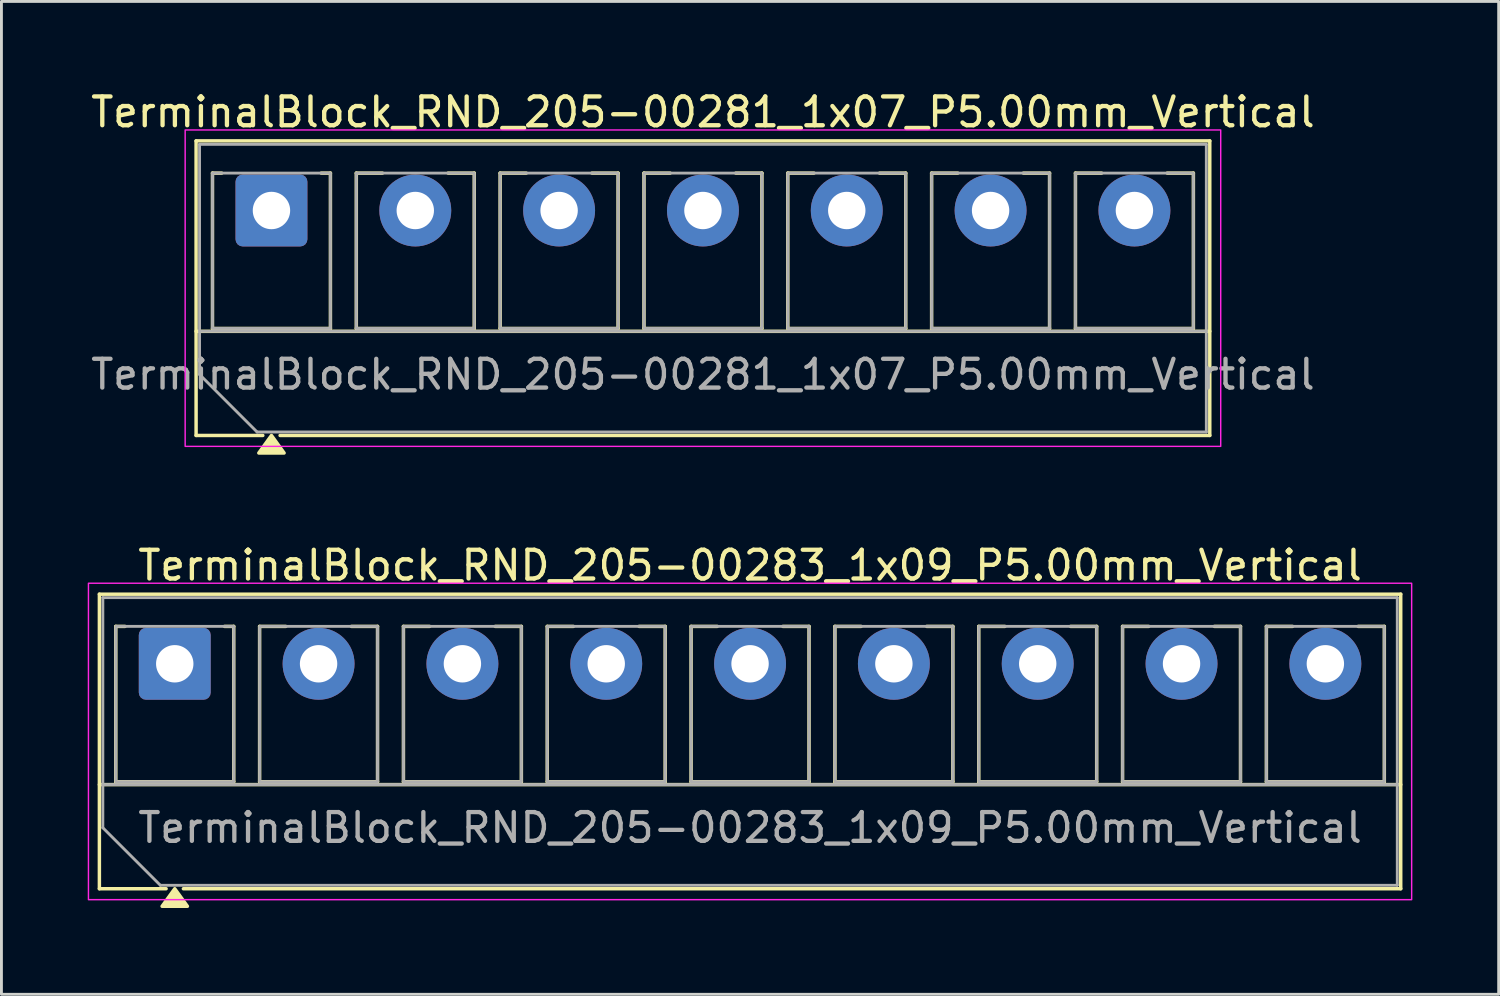
<source format=kicad_pcb>
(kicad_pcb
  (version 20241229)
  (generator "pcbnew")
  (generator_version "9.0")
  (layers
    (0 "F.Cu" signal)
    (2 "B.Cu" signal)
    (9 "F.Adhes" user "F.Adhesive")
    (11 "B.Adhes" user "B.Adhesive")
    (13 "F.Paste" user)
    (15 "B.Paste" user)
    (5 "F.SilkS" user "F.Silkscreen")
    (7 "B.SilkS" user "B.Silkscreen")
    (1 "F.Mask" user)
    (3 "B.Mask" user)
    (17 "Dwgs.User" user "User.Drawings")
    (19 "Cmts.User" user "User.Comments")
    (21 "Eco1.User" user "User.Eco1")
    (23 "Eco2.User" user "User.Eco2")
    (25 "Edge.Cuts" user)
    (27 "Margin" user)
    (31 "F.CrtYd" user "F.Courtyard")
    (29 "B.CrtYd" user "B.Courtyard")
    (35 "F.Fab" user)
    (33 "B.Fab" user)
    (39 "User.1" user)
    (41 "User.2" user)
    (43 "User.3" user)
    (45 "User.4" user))
  (footprint "TerminalBlock_RND_205-00283_1x09_P5.00mm_Vertical"
    (layer "F.Cu")
    (at 3.025 20.026)
    (property "Reference" "TerminalBlock_RND_205-00283_1x09_P5.00mm_Vertical" (at 20 -3.42 0) (layer "F.SilkS") (effects (font (size 1 1) (thickness 0.15))))
    (attr through_hole)
    (fp_line (start -2.62 -2.42) (end 42.62 -2.42) (stroke (width 0.12) (type solid)) (layer "F.SilkS"))
    (fp_line (start -2.62 4.2) (end 42.62 4.2) (stroke (width 0.12) (type solid)) (layer "F.SilkS"))
    (fp_line (start -2.62 7.82) (end -2.62 -2.42) (stroke (width 0.12) (type solid)) (layer "F.SilkS"))
    (fp_line (start -2.05 -1.3) (end -1.73 -1.3) (stroke (width 0.12) (type solid)) (layer "F.SilkS"))
    (fp_line (start -2.05 4.1) (end -2.05 -1.3) (stroke (width 0.12) (type solid)) (layer "F.SilkS"))
    (fp_line (start -0.3 7.82) (end -2.62 7.82) (stroke (width 0.12) (type solid)) (layer "F.SilkS"))
    (fp_line (start 1.73 -1.3) (end 2.05 -1.3) (stroke (width 0.12) (type solid)) (layer "F.SilkS"))
    (fp_line (start 2.05 -1.3) (end 2.05 4.1) (stroke (width 0.12) (type solid)) (layer "F.SilkS"))
    (fp_line (start 2.05 4.1) (end -2.05 4.1) (stroke (width 0.12) (type solid)) (layer "F.SilkS"))
    (fp_line (start 2.95 -1.3) (end 3.859 -1.3) (stroke (width 0.12) (type solid)) (layer "F.SilkS"))
    (fp_line (start 2.95 4.1) (end 2.95 -1.3) (stroke (width 0.12) (type solid)) (layer "F.SilkS"))
    (fp_line (start 6.141 -1.3) (end 7.05 -1.3) (stroke (width 0.12) (type solid)) (layer "F.SilkS"))
    (fp_line (start 7.05 -1.3) (end 7.05 4.1) (stroke (width 0.12) (type solid)) (layer "F.SilkS"))
    (fp_line (start 7.05 4.1) (end 2.95 4.1) (stroke (width 0.12) (type solid)) (layer "F.SilkS"))
    (fp_line (start 7.95 -1.3) (end 8.859 -1.3) (stroke (width 0.12) (type solid)) (layer "F.SilkS"))
    (fp_line (start 7.95 4.1) (end 7.95 -1.3) (stroke (width 0.12) (type solid)) (layer "F.SilkS"))
    (fp_line (start 11.141 -1.3) (end 12.05 -1.3) (stroke (width 0.12) (type solid)) (layer "F.SilkS"))
    (fp_line (start 12.05 -1.3) (end 12.05 4.1) (stroke (width 0.12) (type solid)) (layer "F.SilkS"))
    (fp_line (start 12.05 4.1) (end 7.95 4.1) (stroke (width 0.12) (type solid)) (layer "F.SilkS"))
    (fp_line (start 12.95 -1.3) (end 13.859 -1.3) (stroke (width 0.12) (type solid)) (layer "F.SilkS"))
    (fp_line (start 12.95 4.1) (end 12.95 -1.3) (stroke (width 0.12) (type solid)) (layer "F.SilkS"))
    (fp_line (start 16.141 -1.3) (end 17.05 -1.3) (stroke (width 0.12) (type solid)) (layer "F.SilkS"))
    (fp_line (start 17.05 -1.3) (end 17.05 4.1) (stroke (width 0.12) (type solid)) (layer "F.SilkS"))
    (fp_line (start 17.05 4.1) (end 12.95 4.1) (stroke (width 0.12) (type solid)) (layer "F.SilkS"))
    (fp_line (start 17.95 -1.3) (end 18.859 -1.3) (stroke (width 0.12) (type solid)) (layer "F.SilkS"))
    (fp_line (start 17.95 4.1) (end 17.95 -1.3) (stroke (width 0.12) (type solid)) (layer "F.SilkS"))
    (fp_line (start 21.141 -1.3) (end 22.05 -1.3) (stroke (width 0.12) (type solid)) (layer "F.SilkS"))
    (fp_line (start 22.05 -1.3) (end 22.05 4.1) (stroke (width 0.12) (type solid)) (layer "F.SilkS"))
    (fp_line (start 22.05 4.1) (end 17.95 4.1) (stroke (width 0.12) (type solid)) (layer "F.SilkS"))
    (fp_line (start 22.95 -1.3) (end 23.859 -1.3) (stroke (width 0.12) (type solid)) (layer "F.SilkS"))
    (fp_line (start 22.95 4.1) (end 22.95 -1.3) (stroke (width 0.12) (type solid)) (layer "F.SilkS"))
    (fp_line (start 26.141 -1.3) (end 27.05 -1.3) (stroke (width 0.12) (type solid)) (layer "F.SilkS"))
    (fp_line (start 27.05 -1.3) (end 27.05 4.1) (stroke (width 0.12) (type solid)) (layer "F.SilkS"))
    (fp_line (start 27.05 4.1) (end 22.95 4.1) (stroke (width 0.12) (type solid)) (layer "F.SilkS"))
    (fp_line (start 27.95 -1.3) (end 28.859 -1.3) (stroke (width 0.12) (type solid)) (layer "F.SilkS"))
    (fp_line (start 27.95 4.1) (end 27.95 -1.3) (stroke (width 0.12) (type solid)) (layer "F.SilkS"))
    (fp_line (start 31.141 -1.3) (end 32.05 -1.3) (stroke (width 0.12) (type solid)) (layer "F.SilkS"))
    (fp_line (start 32.05 -1.3) (end 32.05 4.1) (stroke (width 0.12) (type solid)) (layer "F.SilkS"))
    (fp_line (start 32.05 4.1) (end 27.95 4.1) (stroke (width 0.12) (type solid)) (layer "F.SilkS"))
    (fp_line (start 32.95 -1.3) (end 33.859 -1.3) (stroke (width 0.12) (type solid)) (layer "F.SilkS"))
    (fp_line (start 32.95 4.1) (end 32.95 -1.3) (stroke (width 0.12) (type solid)) (layer "F.SilkS"))
    (fp_line (start 36.141 -1.3) (end 37.05 -1.3) (stroke (width 0.12) (type solid)) (layer "F.SilkS"))
    (fp_line (start 37.05 -1.3) (end 37.05 4.1) (stroke (width 0.12) (type solid)) (layer "F.SilkS"))
    (fp_line (start 37.05 4.1) (end 32.95 4.1) (stroke (width 0.12) (type solid)) (layer "F.SilkS"))
    (fp_line (start 37.95 -1.3) (end 38.859 -1.3) (stroke (width 0.12) (type solid)) (layer "F.SilkS"))
    (fp_line (start 37.95 4.1) (end 37.95 -1.3) (stroke (width 0.12) (type solid)) (layer "F.SilkS"))
    (fp_line (start 41.141 -1.3) (end 42.05 -1.3) (stroke (width 0.12) (type solid)) (layer "F.SilkS"))
    (fp_line (start 42.05 -1.3) (end 42.05 4.1) (stroke (width 0.12) (type solid)) (layer "F.SilkS"))
    (fp_line (start 42.05 4.1) (end 37.95 4.1) (stroke (width 0.12) (type solid)) (layer "F.SilkS"))
    (fp_line (start 42.62 -2.42) (end 42.62 7.82) (stroke (width 0.12) (type solid)) (layer "F.SilkS"))
    (fp_line (start 42.62 7.82) (end 0.3 7.82) (stroke (width 0.12) (type solid)) (layer "F.SilkS"))
    (fp_poly (pts (xy 0 7.82) (xy 0.44 8.43) (xy -0.44 8.43)) (stroke (width 0.12) (type solid)) (fill yes) (layer "F.SilkS"))
    (fp_rect (start -3 -2.8) (end 43 8.2) (stroke (width 0.05) (type solid)) (fill no) (layer "F.CrtYd"))
    (fp_line (start -2.5 -2.3) (end 42.5 -2.3) (stroke (width 0.1) (type solid)) (layer "F.Fab"))
    (fp_line (start -2.5 4.2) (end 42.5 4.2) (stroke (width 0.1) (type solid)) (layer "F.Fab"))
    (fp_line (start -2.5 5.7) (end -2.5 -2.3) (stroke (width 0.1) (type solid)) (layer "F.Fab"))
    (fp_line (start -0.5 7.7) (end -2.5 5.7) (stroke (width 0.1) (type solid)) (layer "F.Fab"))
    (fp_line (start 42.5 -2.3) (end 42.5 7.7) (stroke (width 0.1) (type solid)) (layer "F.Fab"))
    (fp_line (start 42.5 7.7) (end -0.5 7.7) (stroke (width 0.1) (type solid)) (layer "F.Fab"))
    (fp_rect (start -2.05 -1.3) (end 2.05 4.1) (stroke (width 0.1) (type solid)) (fill no) (layer "F.Fab"))
    (fp_rect (start 2.95 -1.3) (end 7.05 4.1) (stroke (width 0.1) (type solid)) (fill no) (layer "F.Fab"))
    (fp_rect (start 7.95 -1.3) (end 12.05 4.1) (stroke (width 0.1) (type solid)) (fill no) (layer "F.Fab"))
    (fp_rect (start 12.95 -1.3) (end 17.05 4.1) (stroke (width 0.1) (type solid)) (fill no) (layer "F.Fab"))
    (fp_rect (start 17.95 -1.3) (end 22.05 4.1) (stroke (width 0.1) (type solid)) (fill no) (layer "F.Fab"))
    (fp_rect (start 22.95 -1.3) (end 27.05 4.1) (stroke (width 0.1) (type solid)) (fill no) (layer "F.Fab"))
    (fp_rect (start 27.95 -1.3) (end 32.05 4.1) (stroke (width 0.1) (type solid)) (fill no) (layer "F.Fab"))
    (fp_rect (start 32.95 -1.3) (end 37.05 4.1) (stroke (width 0.1) (type solid)) (fill no) (layer "F.Fab"))
    (fp_rect (start 37.95 -1.3) (end 42.05 4.1) (stroke (width 0.1) (type solid)) (fill no) (layer "F.Fab"))
    (fp_text user "${REFERENCE}" (at 20 5.7 0) (layer "F.Fab") (effects (font (size 1 1) (thickness 0.15))))
    (pad "1" thru_hole roundrect (at 0 0) (size 2.5 2.5) (drill 1.3) (layers "*.Cu" "*.Mask") (roundrect_rratio 0.1))
    (pad "2" thru_hole circle (at 5 0) (size 2.5 2.5) (drill 1.3) (layers "*.Cu" "*.Mask"))
    (pad "3" thru_hole circle (at 10 0) (size 2.5 2.5) (drill 1.3) (layers "*.Cu" "*.Mask"))
    (pad "4" thru_hole circle (at 15 0) (size 2.5 2.5) (drill 1.3) (layers "*.Cu" "*.Mask"))
    (pad "5" thru_hole circle (at 20 0) (size 2.5 2.5) (drill 1.3) (layers "*.Cu" "*.Mask"))
    (pad "6" thru_hole circle (at 25 0) (size 2.5 2.5) (drill 1.3) (layers "*.Cu" "*.Mask"))
    (pad "7" thru_hole circle (at 30 0) (size 2.5 2.5) (drill 1.3) (layers "*.Cu" "*.Mask"))
    (pad "8" thru_hole circle (at 35 0) (size 2.5 2.5) (drill 1.3) (layers "*.Cu" "*.Mask"))
    (pad "9" thru_hole circle (at 40 0) (size 2.5 2.5) (drill 1.3) (layers "*.Cu" "*.Mask")))
  (footprint "TerminalBlock_RND_205-00281_1x07_P5.00mm_Vertical"
    (layer "F.Cu")
    (at 6.387 4.268)
    (property "Reference" "TerminalBlock_RND_205-00281_1x07_P5.00mm_Vertical" (at 15 -3.42 0) (layer "F.SilkS") (effects (font (size 1 1) (thickness 0.15))))
    (attr through_hole)
    (fp_line (start -2.62 -2.42) (end 32.62 -2.42) (stroke (width 0.12) (type solid)) (layer "F.SilkS"))
    (fp_line (start -2.62 4.2) (end 32.62 4.2) (stroke (width 0.12) (type solid)) (layer "F.SilkS"))
    (fp_line (start -2.62 7.82) (end -2.62 -2.42) (stroke (width 0.12) (type solid)) (layer "F.SilkS"))
    (fp_line (start -2.05 -1.3) (end -1.73 -1.3) (stroke (width 0.12) (type solid)) (layer "F.SilkS"))
    (fp_line (start -2.05 4.1) (end -2.05 -1.3) (stroke (width 0.12) (type solid)) (layer "F.SilkS"))
    (fp_line (start -0.3 7.82) (end -2.62 7.82) (stroke (width 0.12) (type solid)) (layer "F.SilkS"))
    (fp_line (start 1.73 -1.3) (end 2.05 -1.3) (stroke (width 0.12) (type solid)) (layer "F.SilkS"))
    (fp_line (start 2.05 -1.3) (end 2.05 4.1) (stroke (width 0.12) (type solid)) (layer "F.SilkS"))
    (fp_line (start 2.05 4.1) (end -2.05 4.1) (stroke (width 0.12) (type solid)) (layer "F.SilkS"))
    (fp_line (start 2.95 -1.3) (end 3.859 -1.3) (stroke (width 0.12) (type solid)) (layer "F.SilkS"))
    (fp_line (start 2.95 4.1) (end 2.95 -1.3) (stroke (width 0.12) (type solid)) (layer "F.SilkS"))
    (fp_line (start 6.141 -1.3) (end 7.05 -1.3) (stroke (width 0.12) (type solid)) (layer "F.SilkS"))
    (fp_line (start 7.05 -1.3) (end 7.05 4.1) (stroke (width 0.12) (type solid)) (layer "F.SilkS"))
    (fp_line (start 7.05 4.1) (end 2.95 4.1) (stroke (width 0.12) (type solid)) (layer "F.SilkS"))
    (fp_line (start 7.95 -1.3) (end 8.859 -1.3) (stroke (width 0.12) (type solid)) (layer "F.SilkS"))
    (fp_line (start 7.95 4.1) (end 7.95 -1.3) (stroke (width 0.12) (type solid)) (layer "F.SilkS"))
    (fp_line (start 11.141 -1.3) (end 12.05 -1.3) (stroke (width 0.12) (type solid)) (layer "F.SilkS"))
    (fp_line (start 12.05 -1.3) (end 12.05 4.1) (stroke (width 0.12) (type solid)) (layer "F.SilkS"))
    (fp_line (start 12.05 4.1) (end 7.95 4.1) (stroke (width 0.12) (type solid)) (layer "F.SilkS"))
    (fp_line (start 12.95 -1.3) (end 13.859 -1.3) (stroke (width 0.12) (type solid)) (layer "F.SilkS"))
    (fp_line (start 12.95 4.1) (end 12.95 -1.3) (stroke (width 0.12) (type solid)) (layer "F.SilkS"))
    (fp_line (start 16.141 -1.3) (end 17.05 -1.3) (stroke (width 0.12) (type solid)) (layer "F.SilkS"))
    (fp_line (start 17.05 -1.3) (end 17.05 4.1) (stroke (width 0.12) (type solid)) (layer "F.SilkS"))
    (fp_line (start 17.05 4.1) (end 12.95 4.1) (stroke (width 0.12) (type solid)) (layer "F.SilkS"))
    (fp_line (start 17.95 -1.3) (end 18.859 -1.3) (stroke (width 0.12) (type solid)) (layer "F.SilkS"))
    (fp_line (start 17.95 4.1) (end 17.95 -1.3) (stroke (width 0.12) (type solid)) (layer "F.SilkS"))
    (fp_line (start 21.141 -1.3) (end 22.05 -1.3) (stroke (width 0.12) (type solid)) (layer "F.SilkS"))
    (fp_line (start 22.05 -1.3) (end 22.05 4.1) (stroke (width 0.12) (type solid)) (layer "F.SilkS"))
    (fp_line (start 22.05 4.1) (end 17.95 4.1) (stroke (width 0.12) (type solid)) (layer "F.SilkS"))
    (fp_line (start 22.95 -1.3) (end 23.859 -1.3) (stroke (width 0.12) (type solid)) (layer "F.SilkS"))
    (fp_line (start 22.95 4.1) (end 22.95 -1.3) (stroke (width 0.12) (type solid)) (layer "F.SilkS"))
    (fp_line (start 26.141 -1.3) (end 27.05 -1.3) (stroke (width 0.12) (type solid)) (layer "F.SilkS"))
    (fp_line (start 27.05 -1.3) (end 27.05 4.1) (stroke (width 0.12) (type solid)) (layer "F.SilkS"))
    (fp_line (start 27.05 4.1) (end 22.95 4.1) (stroke (width 0.12) (type solid)) (layer "F.SilkS"))
    (fp_line (start 27.95 -1.3) (end 28.859 -1.3) (stroke (width 0.12) (type solid)) (layer "F.SilkS"))
    (fp_line (start 27.95 4.1) (end 27.95 -1.3) (stroke (width 0.12) (type solid)) (layer "F.SilkS"))
    (fp_line (start 31.141 -1.3) (end 32.05 -1.3) (stroke (width 0.12) (type solid)) (layer "F.SilkS"))
    (fp_line (start 32.05 -1.3) (end 32.05 4.1) (stroke (width 0.12) (type solid)) (layer "F.SilkS"))
    (fp_line (start 32.05 4.1) (end 27.95 4.1) (stroke (width 0.12) (type solid)) (layer "F.SilkS"))
    (fp_line (start 32.62 -2.42) (end 32.62 7.82) (stroke (width 0.12) (type solid)) (layer "F.SilkS"))
    (fp_line (start 32.62 7.82) (end 0.3 7.82) (stroke (width 0.12) (type solid)) (layer "F.SilkS"))
    (fp_poly (pts (xy 0 7.82) (xy 0.44 8.43) (xy -0.44 8.43)) (stroke (width 0.12) (type solid)) (fill yes) (layer "F.SilkS"))
    (fp_rect (start -3 -2.8) (end 33 8.2) (stroke (width 0.05) (type solid)) (fill no) (layer "F.CrtYd"))
    (fp_line (start -2.5 -2.3) (end 32.5 -2.3) (stroke (width 0.1) (type solid)) (layer "F.Fab"))
    (fp_line (start -2.5 4.2) (end 32.5 4.2) (stroke (width 0.1) (type solid)) (layer "F.Fab"))
    (fp_line (start -2.5 5.7) (end -2.5 -2.3) (stroke (width 0.1) (type solid)) (layer "F.Fab"))
    (fp_line (start -0.5 7.7) (end -2.5 5.7) (stroke (width 0.1) (type solid)) (layer "F.Fab"))
    (fp_line (start 32.5 -2.3) (end 32.5 7.7) (stroke (width 0.1) (type solid)) (layer "F.Fab"))
    (fp_line (start 32.5 7.7) (end -0.5 7.7) (stroke (width 0.1) (type solid)) (layer "F.Fab"))
    (fp_rect (start -2.05 -1.3) (end 2.05 4.1) (stroke (width 0.1) (type solid)) (fill no) (layer "F.Fab"))
    (fp_rect (start 2.95 -1.3) (end 7.05 4.1) (stroke (width 0.1) (type solid)) (fill no) (layer "F.Fab"))
    (fp_rect (start 7.95 -1.3) (end 12.05 4.1) (stroke (width 0.1) (type solid)) (fill no) (layer "F.Fab"))
    (fp_rect (start 12.95 -1.3) (end 17.05 4.1) (stroke (width 0.1) (type solid)) (fill no) (layer "F.Fab"))
    (fp_rect (start 17.95 -1.3) (end 22.05 4.1) (stroke (width 0.1) (type solid)) (fill no) (layer "F.Fab"))
    (fp_rect (start 22.95 -1.3) (end 27.05 4.1) (stroke (width 0.1) (type solid)) (fill no) (layer "F.Fab"))
    (fp_rect (start 27.95 -1.3) (end 32.05 4.1) (stroke (width 0.1) (type solid)) (fill no) (layer "F.Fab"))
    (fp_text user "${REFERENCE}" (at 15 5.7 0) (layer "F.Fab") (effects (font (size 1 1) (thickness 0.15))))
    (pad "1" thru_hole roundrect (at 0 0) (size 2.5 2.5) (drill 1.3) (layers "*.Cu" "*.Mask") (roundrect_rratio 0.1))
    (pad "2" thru_hole circle (at 5 0) (size 2.5 2.5) (drill 1.3) (layers "*.Cu" "*.Mask"))
    (pad "3" thru_hole circle (at 10 0) (size 2.5 2.5) (drill 1.3) (layers "*.Cu" "*.Mask"))
    (pad "4" thru_hole circle (at 15 0) (size 2.5 2.5) (drill 1.3) (layers "*.Cu" "*.Mask"))
    (pad "5" thru_hole circle (at 20 0) (size 2.5 2.5) (drill 1.3) (layers "*.Cu" "*.Mask"))
    (pad "6" thru_hole circle (at 25 0) (size 2.5 2.5) (drill 1.3) (layers "*.Cu" "*.Mask"))
    (pad "7" thru_hole circle (at 30 0) (size 2.5 2.5) (drill 1.3) (layers "*.Cu" "*.Mask")))
  (gr_rect
    (start -3 -3)
    (end 49.05 31.517)
    (stroke (width 0.1) (type default))
    (fill no)
    (layer "Edge.Cuts")))
</source>
